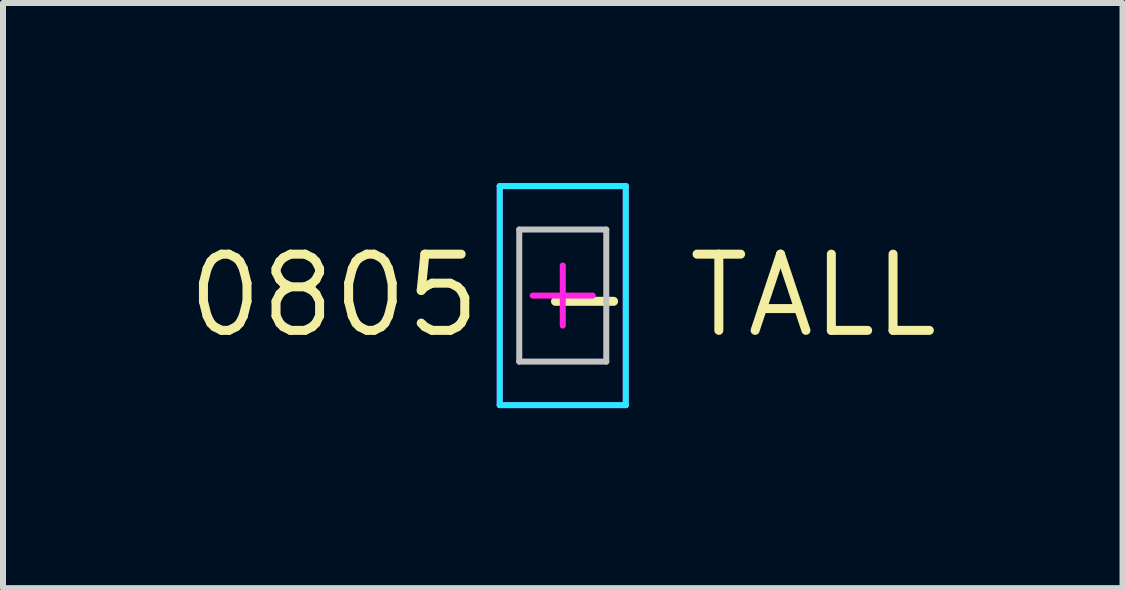
<source format=kicad_pcb>
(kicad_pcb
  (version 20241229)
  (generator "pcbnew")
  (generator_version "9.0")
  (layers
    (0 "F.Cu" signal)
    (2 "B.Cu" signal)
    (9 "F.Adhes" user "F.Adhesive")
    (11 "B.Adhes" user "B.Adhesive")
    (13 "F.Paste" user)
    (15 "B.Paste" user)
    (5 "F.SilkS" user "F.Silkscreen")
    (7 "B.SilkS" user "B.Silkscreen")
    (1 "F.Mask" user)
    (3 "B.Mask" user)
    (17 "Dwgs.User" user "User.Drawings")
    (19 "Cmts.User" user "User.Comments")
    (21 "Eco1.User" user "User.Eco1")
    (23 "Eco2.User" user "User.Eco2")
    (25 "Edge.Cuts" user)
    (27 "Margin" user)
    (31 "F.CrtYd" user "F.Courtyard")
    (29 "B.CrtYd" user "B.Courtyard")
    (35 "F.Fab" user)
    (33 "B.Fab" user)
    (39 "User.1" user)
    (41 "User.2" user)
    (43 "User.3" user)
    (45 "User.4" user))
  (footprint "0805 - TALL"
    (layer "F.Cu")
    (at 6.327 1.875)
    (property "Reference" "0805 - TALL" (at 0 0 0) (layer "F.SilkS") (effects (font (size 1.27 1.27) (thickness 0.15))))
    (attr through_hole)
    (fp_line (start -0.725 -1.1) (end 0.725 -1.1) (stroke (width 0.1) (type solid)) (layer "Dwgs.User"))
    (fp_line (start -0.725 1.1) (end -0.725 -1.1) (stroke (width 0.1) (type solid)) (layer "Dwgs.User"))
    (fp_line (start -0.725 1.1) (end 0.725 1.1) (stroke (width 0.1) (type solid)) (layer "Dwgs.User"))
    (fp_line (start 0.725 1.1) (end 0.725 -1.1) (stroke (width 0.1) (type solid)) (layer "Dwgs.User"))
    (fp_line (start -1.05 -1.825) (end 1.05 -1.825) (stroke (width 0.1) (type solid)) (layer "B.CrtYd"))
    (fp_line (start -1.05 1.825) (end -1.05 -1.825) (stroke (width 0.1) (type solid)) (layer "B.CrtYd"))
    (fp_line (start -1.05 1.825) (end 1.05 1.825) (stroke (width 0.1) (type solid)) (layer "B.CrtYd"))
    (fp_line (start 1.05 1.825) (end 1.05 -1.825) (stroke (width 0.1) (type solid)) (layer "B.CrtYd"))
    (fp_line (start -1.05 -1.825) (end 1.05 -1.825) (stroke (width 0.1) (type solid)) (layer "F.CrtYd"))
    (fp_line (start -1.05 1.825) (end -1.05 -1.825) (stroke (width 0.1) (type solid)) (layer "F.CrtYd"))
    (fp_line (start -1.05 1.825) (end 1.05 1.825) (stroke (width 0.1) (type solid)) (layer "F.CrtYd"))
    (fp_line (start -0.5 0) (end 0.5 0) (stroke (width 0.1) (type solid)) (layer "F.CrtYd"))
    (fp_line (start 0 0.5) (end 0 -0.5) (stroke (width 0.1) (type solid)) (layer "F.CrtYd"))
    (fp_line (start 1.05 1.825) (end 1.05 -1.825) (stroke (width 0.1) (type solid)) (layer "F.CrtYd")))
  (gr_rect
    (start -3 -3)
    (end 15.654 6.75)
    (stroke (width 0.1) (type default))
    (fill no)
    (layer "Edge.Cuts")))
</source>
